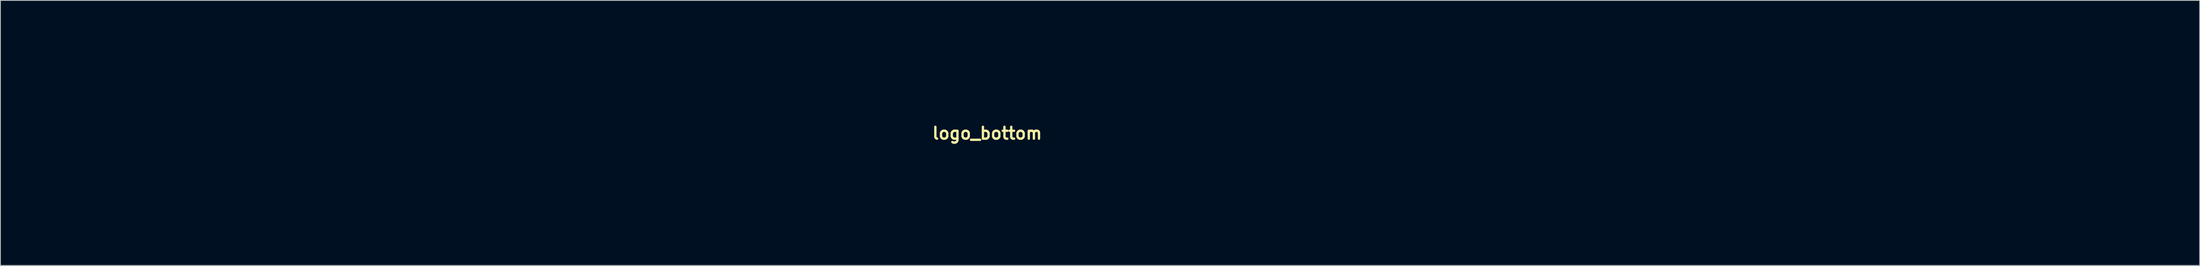
<source format=kicad_pcb>
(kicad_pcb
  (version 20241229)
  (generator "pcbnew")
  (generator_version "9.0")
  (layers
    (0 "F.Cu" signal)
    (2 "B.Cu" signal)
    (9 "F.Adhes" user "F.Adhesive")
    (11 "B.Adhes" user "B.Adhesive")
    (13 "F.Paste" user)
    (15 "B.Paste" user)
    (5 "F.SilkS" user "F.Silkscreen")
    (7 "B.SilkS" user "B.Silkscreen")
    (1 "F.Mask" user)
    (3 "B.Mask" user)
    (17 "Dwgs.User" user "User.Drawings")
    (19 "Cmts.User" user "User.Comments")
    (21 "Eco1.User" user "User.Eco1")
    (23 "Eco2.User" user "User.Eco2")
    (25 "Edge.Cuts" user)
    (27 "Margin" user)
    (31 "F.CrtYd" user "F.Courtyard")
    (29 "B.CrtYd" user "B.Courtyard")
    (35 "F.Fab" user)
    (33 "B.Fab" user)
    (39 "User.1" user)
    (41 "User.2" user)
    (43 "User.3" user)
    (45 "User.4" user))
  (footprint "logo_bottom"
    (layer "F.Cu")
    (at 123.449 14.071)
    (property "Reference" "logo_bottom" (at 0 0 180) (layer "F.SilkS") (effects (font (size 1.524 1.524) (thickness 0.3))))
    (attr through_hole)
    (fp_poly (pts (xy 131.445 1.651) (xy 124.714 1.651) (xy 124.714 -1.651) (xy 131.445 -1.651)) (stroke (width 0.1) (type solid)) (fill yes) (layer "F.Mask"))
    (fp_poly (pts (xy -51.435 -12.065) (xy -51.181 -3.549) (xy -46.866 -7.87) (xy -42.551 -12.192) (xy -39.881 -12.179) (xy -37.211 -12.165) (xy -49.657 0.012) (xy -43.434 6.09) (xy -37.211 12.168) (xy -39.881 12.18) (xy -42.551 12.192) (xy -46.866 7.87) (xy -51.181 3.549) (xy -51.308 7.807) (xy -51.435 12.065) (xy -53.276 12.14) (xy -55.118 12.214) (xy -55.118 -12.214) (xy -51.435 -12.065)) (stroke (width 0.01) (type solid)) (fill yes) (layer "F.Mask"))
    (fp_poly (pts (xy 0.254 -8.397) (xy -3.111 -8.326) (xy -6.477 -8.255) (xy -6.543 1.968) (xy -6.61 12.192) (xy -8.343 12.192) (xy -9.238 12.169) (xy -9.921 12.108) (xy -10.244 12.023) (xy -10.245 12.023) (xy -10.282 11.74) (xy -10.316 11.004) (xy -10.347 9.87) (xy -10.373 8.394) (xy -10.393 6.63) (xy -10.407 4.633) (xy -10.414 2.459) (xy -10.414 1.736) (xy -10.414 -8.382) (xy -16.764 -8.382) (xy -16.764 -12.192) (xy 0.254 -12.192) (xy 0.254 -8.397)) (stroke (width 0.01) (type solid)) (fill yes) (layer "F.Mask"))
    (fp_poly (pts (xy -21.844 -8.382) (xy -30.988 -8.382) (xy -30.988 -4.318) (xy -21.844 -4.318) (xy -21.844 -0.508) (xy -30.988 -0.508) (xy -30.988 8.119) (xy -24.701 8.187) (xy -18.415 8.255) (xy -18.415 12.065) (xy -26.434 12.132) (xy -28.404 12.143) (xy -30.209 12.143) (xy -31.787 12.133) (xy -33.076 12.113) (xy -34.013 12.084) (xy -34.537 12.048) (xy -34.625 12.026) (xy -34.66 11.745) (xy -34.692 11.006) (xy -34.722 9.86) (xy -34.747 8.357) (xy -34.769 6.547) (xy -34.785 4.481) (xy -34.795 2.21) (xy -34.798 -0.169) (xy -34.798 -12.192) (xy -21.844 -12.192) (xy -21.844 -8.382)) (stroke (width 0.01) (type solid)) (fill yes) (layer "F.Mask"))
    (fp_poly (pts (xy 43.117 -12.133) (xy 49.657 -12.065) (xy 49.732 -10.224) (xy 49.806 -8.382) (xy 45.096 -8.382) (xy 40.386 -8.382) (xy 40.386 -4.329) (xy 49.657 -4.191) (xy 49.732 -2.349) (xy 49.806 -0.508) (xy 40.386 -0.508) (xy 40.386 8.128) (xy 53.086 8.128) (xy 53.086 12.192) (xy 45 12.192) (xy 43.022 12.187) (xy 41.209 12.172) (xy 39.622 12.15) (xy 38.324 12.12) (xy 37.376 12.085) (xy 36.841 12.045) (xy 36.745 12.023) (xy 36.711 11.742) (xy 36.679 11.004) (xy 36.651 9.858) (xy 36.626 8.356) (xy 36.605 6.547) (xy 36.589 4.481) (xy 36.579 2.21) (xy 36.576 -0.174) (xy 36.576 -12.201) (xy 43.117 -12.133)) (stroke (width 0.01) (type solid)) (fill yes) (layer "F.Mask"))
    (fp_poly (pts (xy 113.475 -12.133) (xy 120.015 -12.065) (xy 120.09 -10.229) (xy 120.164 -8.394) (xy 115.518 -8.324) (xy 110.871 -8.255) (xy 110.797 -6.292) (xy 110.723 -4.33) (xy 115.369 -4.26) (xy 120.015 -4.191) (xy 120.09 -2.355) (xy 120.164 -0.52) (xy 115.518 -0.45) (xy 110.871 -0.381) (xy 110.801 3.873) (xy 110.732 8.128) (xy 123.444 8.128) (xy 123.444 12.192) (xy 115.358 12.192) (xy 113.38 12.187) (xy 111.567 12.172) (xy 109.98 12.15) (xy 108.682 12.12) (xy 107.734 12.085) (xy 107.199 12.045) (xy 107.103 12.023) (xy 107.069 11.742) (xy 107.037 11.004) (xy 107.009 9.858) (xy 106.984 8.356) (xy 106.963 6.547) (xy 106.947 4.481) (xy 106.937 2.21) (xy 106.934 -0.174) (xy 106.934 -12.201) (xy 113.475 -12.133)) (stroke (width 0.01) (type solid)) (fill yes) (layer "F.Mask"))
    (fp_poly (pts (xy -84.992 -4.556) (xy -83.863 -2.362) (xy -82.735 -0.168) (xy -81.645 1.952) (xy -80.63 3.925) (xy -79.727 5.68) (xy -78.975 7.145) (xy -78.409 8.246) (xy -78.311 8.438) (xy -77.704 9.645) (xy -77.203 10.688) (xy -76.845 11.488) (xy -76.666 11.963) (xy -76.658 12.057) (xy -76.959 12.121) (xy -77.635 12.168) (xy -78.553 12.191) (xy -78.784 12.192) (xy -80.776 12.192) (xy -82.661 8.382) (xy -96.663 8.382) (xy -98.548 12.192) (xy -100.582 12.192) (xy -101.653 12.17) (xy -102.294 12.094) (xy -102.581 11.953) (xy -102.616 11.848) (xy -102.506 11.563) (xy -102.188 10.865) (xy -101.684 9.797) (xy -101.013 8.401) (xy -100.196 6.719) (xy -99.254 4.792) (xy -98.977 4.231) (xy -94.742 4.231) (xy -94.501 4.257) (xy -93.829 4.281) (xy -92.802 4.3) (xy -91.498 4.313) (xy -89.994 4.318) (xy -89.772 4.318) (xy -88.069 4.317) (xy -86.811 4.307) (xy -85.932 4.284) (xy -85.37 4.238) (xy -85.059 4.164) (xy -84.936 4.054) (xy -84.937 3.901) (xy -84.97 3.789) (xy -85.128 3.407) (xy -85.472 2.645) (xy -85.966 1.581) (xy -86.574 0.293) (xy -87.26 -1.142) (xy -87.424 -1.481) (xy -89.71 -6.223) (xy -92.226 -1.04) (xy -92.948 0.45) (xy -93.588 1.78) (xy -94.117 2.885) (xy -94.502 3.698) (xy -94.712 4.155) (xy -94.742 4.231) (xy -98.977 4.231) (xy -98.206 2.663) (xy -97.073 0.374) (xy -96.25 -1.281) (xy -89.885 -14.066) (xy -84.992 -4.556)) (stroke (width 0.01) (type solid)) (fill yes) (layer "F.Mask"))
    (fp_poly (pts (xy 66.802 -13.679) (xy 67.143 -13.031) (xy 67.664 -12.031) (xy 68.34 -10.726) (xy 69.146 -9.167) (xy 70.057 -7.403) (xy 71.046 -5.481) (xy 72.09 -3.452) (xy 73.163 -1.364) (xy 74.241 0.735) (xy 75.297 2.794) (xy 76.307 4.766) (xy 77.245 6.601) (xy 78.087 8.25) (xy 78.808 9.664) (xy 79.382 10.795) (xy 79.784 11.594) (xy 79.989 12.011) (xy 80.01 12.061) (xy 79.775 12.12) (xy 79.15 12.165) (xy 78.249 12.19) (xy 77.849 12.192) (xy 75.688 12.192) (xy 73.803 8.382) (xy 59.801 8.382) (xy 57.916 12.192) (xy 55.882 12.192) (xy 54.938 12.167) (xy 54.227 12.101) (xy 53.869 12.007) (xy 53.848 11.976) (xy 53.956 11.713) (xy 54.265 11.049) (xy 54.751 10.034) (xy 55.388 8.717) (xy 56.152 7.148) (xy 57.02 5.375) (xy 57.54 4.318) (xy 61.739 4.318) (xy 71.859 4.318) (xy 69.686 -0.191) (xy 68.997 -1.627) (xy 68.372 -2.948) (xy 67.849 -4.07) (xy 67.467 -4.908) (xy 67.266 -5.38) (xy 67.259 -5.397) (xy 67.029 -5.895) (xy 66.841 -6.094) (xy 66.741 -5.996) (xy 66.549 -5.682) (xy 66.247 -5.114) (xy 65.817 -4.256) (xy 65.24 -3.07) (xy 64.498 -1.522) (xy 63.574 0.427) (xy 62.846 1.968) (xy 61.739 4.318) (xy 57.54 4.318) (xy 57.967 3.448) (xy 58.969 1.415) (xy 60.001 -0.674) (xy 61.038 -2.77) (xy 62.058 -4.824) (xy 63.035 -6.786) (xy 63.945 -8.608) (xy 64.764 -10.241) (xy 65.467 -11.635) (xy 66.03 -12.74) (xy 66.429 -13.509) (xy 66.639 -13.892) (xy 66.665 -13.926) (xy 66.802 -13.679)) (stroke (width 0.01) (type solid)) (fill yes) (layer "F.Mask"))
    (fp_poly (pts (xy 82.026 -12.171) (xy 82.854 -12.098) (xy 83.478 -11.993) (xy 83.745 -11.875) (xy 83.906 -11.58) (xy 84.26 -10.88) (xy 84.781 -9.825) (xy 85.443 -8.47) (xy 86.221 -6.866) (xy 87.089 -5.066) (xy 88.021 -3.122) (xy 88.118 -2.921) (xy 89.052 -0.973) (xy 89.921 0.832) (xy 90.7 2.441) (xy 91.364 3.802) (xy 91.888 4.866) (xy 92.247 5.579) (xy 92.416 5.891) (xy 92.422 5.899) (xy 92.569 5.72) (xy 92.915 5.132) (xy 93.437 4.183) (xy 94.109 2.918) (xy 94.907 1.386) (xy 95.805 -0.368) (xy 96.779 -2.297) (xy 97.158 -3.055) (xy 101.721 -12.192) (xy 103.711 -12.192) (xy 104.769 -12.168) (xy 105.382 -12.091) (xy 105.615 -11.949) (xy 105.616 -11.875) (xy 105.491 -11.596) (xy 105.163 -10.919) (xy 104.659 -9.892) (xy 104.002 -8.566) (xy 103.218 -6.988) (xy 102.331 -5.209) (xy 101.366 -3.278) (xy 100.347 -1.243) (xy 99.3 0.845) (xy 98.249 2.938) (xy 97.219 4.987) (xy 96.234 6.942) (xy 95.319 8.754) (xy 94.499 10.373) (xy 93.799 11.751) (xy 93.243 12.839) (xy 92.856 13.586) (xy 92.663 13.944) (xy 92.646 13.969) (xy 92.523 13.748) (xy 92.191 13.115) (xy 91.672 12.109) (xy 90.985 10.77) (xy 90.151 9.138) (xy 89.19 7.254) (xy 88.124 5.158) (xy 86.973 2.89) (xy 86.043 1.055) (xy 84.84 -1.323) (xy 83.708 -3.565) (xy 82.669 -5.629) (xy 81.742 -7.477) (xy 80.948 -9.066) (xy 80.307 -10.355) (xy 79.84 -11.304) (xy 79.567 -11.873) (xy 79.502 -12.025) (xy 79.731 -12.137) (xy 80.322 -12.195) (xy 81.134 -12.205) (xy 82.026 -12.171)) (stroke (width 0.01) (type solid)) (fill yes) (layer "F.Mask"))
    (fp_poly (pts (xy -60.96 -8.431) (xy -65.514 -8.343) (xy -67.163 -8.307) (xy -68.385 -8.264) (xy -69.26 -8.205) (xy -69.869 -8.121) (xy -70.292 -8.003) (xy -70.61 -7.842) (xy -70.768 -7.732) (xy -71.486 -6.906) (xy -71.81 -5.874) (xy -71.733 -4.76) (xy -71.249 -3.685) (xy -71.01 -3.373) (xy -70.753 -3.097) (xy -70.476 -2.901) (xy -70.088 -2.767) (xy -69.495 -2.676) (xy -68.605 -2.608) (xy -67.325 -2.545) (xy -66.893 -2.526) (xy -64.893 -2.401) (xy -63.309 -2.207) (xy -62.056 -1.917) (xy -61.043 -1.506) (xy -60.182 -0.947) (xy -59.535 -0.367) (xy -58.53 0.945) (xy -57.922 2.495) (xy -57.696 4.329) (xy -57.732 5.504) (xy -58.058 7.412) (xy -58.738 8.968) (xy -59.797 10.206) (xy -61.263 11.164) (xy -62.23 11.576) (xy -62.873 11.727) (xy -63.873 11.861) (xy -65.147 11.975) (xy -66.612 12.068) (xy -68.186 12.136) (xy -69.785 12.179) (xy -71.326 12.194) (xy -72.726 12.18) (xy -73.903 12.134) (xy -74.773 12.054) (xy -75.254 11.94) (xy -75.319 11.882) (xy -75.384 11.44) (xy -75.406 10.671) (xy -75.388 9.879) (xy -75.311 8.255) (xy -69.342 8.128) (xy -67.141 8.07) (xy -65.418 8) (xy -64.145 7.914) (xy -63.293 7.812) (xy -62.833 7.691) (xy -62.804 7.676) (xy -62.086 6.985) (xy -61.628 5.924) (xy -61.468 4.589) (xy -61.533 3.683) (xy -61.782 3.03) (xy -62.166 2.531) (xy -62.73 2.03) (xy -63.439 1.676) (xy -64.382 1.446) (xy -65.647 1.32) (xy -67.322 1.277) (xy -67.454 1.276) (xy -69.372 1.204) (xy -70.894 0.979) (xy -72.116 0.573) (xy -73.135 -0.043) (xy -73.762 -0.597) (xy -74.667 -1.759) (xy -75.234 -3.137) (xy -75.491 -4.817) (xy -75.512 -5.853) (xy -75.311 -7.681) (xy -74.755 -9.163) (xy -73.818 -10.341) (xy -72.476 -11.253) (xy -72.043 -11.458) (xy -71.536 -11.661) (xy -71.012 -11.814) (xy -70.384 -11.926) (xy -69.565 -12.007) (xy -68.468 -12.066) (xy -67.005 -12.113) (xy -65.85 -12.142) (xy -60.96 -12.252) (xy -60.96 -8.431)) (stroke (width 0.01) (type solid)) (fill yes) (layer "F.Mask"))
    (fp_poly (pts (xy 149.108 -8.558) (xy 144.554 -8.47) (xy 142.905 -8.434) (xy 141.683 -8.391) (xy 140.808 -8.332) (xy 140.199 -8.248) (xy 139.776 -8.13) (xy 139.458 -7.969) (xy 139.3 -7.859) (xy 138.582 -7.033) (xy 138.258 -6.001) (xy 138.335 -4.887) (xy 138.819 -3.812) (xy 139.058 -3.5) (xy 139.315 -3.224) (xy 139.592 -3.028) (xy 139.98 -2.894) (xy 140.573 -2.803) (xy 141.463 -2.735) (xy 142.743 -2.672) (xy 143.175 -2.653) (xy 145.175 -2.528) (xy 146.759 -2.334) (xy 148.012 -2.044) (xy 149.025 -1.633) (xy 149.886 -1.074) (xy 150.533 -0.494) (xy 151.538 0.818) (xy 152.146 2.368) (xy 152.372 4.202) (xy 152.336 5.377) (xy 152.01 7.285) (xy 151.33 8.841) (xy 150.271 10.079) (xy 148.805 11.037) (xy 147.838 11.449) (xy 147.195 11.6) (xy 146.195 11.734) (xy 144.921 11.848) (xy 143.456 11.941) (xy 141.882 12.009) (xy 140.283 12.052) (xy 138.742 12.067) (xy 137.342 12.053) (xy 136.165 12.007) (xy 135.295 11.927) (xy 134.814 11.813) (xy 134.749 11.755) (xy 134.684 11.313) (xy 134.662 10.544) (xy 134.68 9.752) (xy 134.757 8.128) (xy 140.726 8.001) (xy 142.927 7.943) (xy 144.65 7.873) (xy 145.923 7.787) (xy 146.775 7.685) (xy 147.235 7.564) (xy 147.264 7.549) (xy 147.982 6.858) (xy 148.44 5.797) (xy 148.6 4.462) (xy 148.535 3.556) (xy 148.286 2.903) (xy 147.901 2.404) (xy 147.338 1.903) (xy 146.629 1.549) (xy 145.686 1.319) (xy 144.421 1.193) (xy 142.746 1.15) (xy 142.614 1.149) (xy 140.696 1.077) (xy 139.174 0.852) (xy 137.952 0.446) (xy 136.933 -0.17) (xy 136.306 -0.724) (xy 135.401 -1.886) (xy 134.834 -3.264) (xy 134.577 -4.944) (xy 134.556 -5.98) (xy 134.757 -7.808) (xy 135.313 -9.29) (xy 136.25 -10.468) (xy 137.592 -11.38) (xy 138.025 -11.585) (xy 138.532 -11.788) (xy 139.056 -11.941) (xy 139.684 -12.053) (xy 140.503 -12.134) (xy 141.6 -12.193) (xy 143.063 -12.24) (xy 144.218 -12.269) (xy 149.108 -12.379) (xy 149.108 -8.558)) (stroke (width 0.01) (type solid)) (fill yes) (layer "F.Mask"))
    (fp_poly (pts (xy -116.65 -12.127) (xy -114.386 -12.085) (xy -112.568 -12.033) (xy -111.13 -11.96) (xy -110.01 -11.858) (xy -109.144 -11.715) (xy -108.468 -11.521) (xy -107.919 -11.266) (xy -107.434 -10.941) (xy -107.016 -10.595) (xy -106.122 -9.596) (xy -105.606 -8.448) (xy -105.414 -7.02) (xy -105.41 -6.722) (xy -105.486 -5.548) (xy -105.767 -4.654) (xy -106.331 -3.827) (xy -106.608 -3.517) (xy -107.236 -2.843) (xy -106.687 -2.669) (xy -105.912 -2.248) (xy -105.061 -1.517) (xy -104.284 -0.621) (xy -103.824 0.103) (xy -103.507 0.897) (xy -103.303 1.902) (xy -103.185 3.255) (xy -103.175 3.456) (xy -103.18 5.421) (xy -103.417 7.018) (xy -103.916 8.344) (xy -104.708 9.499) (xy -105.117 9.939) (xy -105.688 10.479) (xy -106.246 10.917) (xy -106.854 11.264) (xy -107.571 11.531) (xy -108.461 11.732) (xy -109.582 11.878) (xy -110.997 11.98) (xy -112.766 12.052) (xy -114.95 12.104) (xy -116.269 12.128) (xy -123.444 12.249) (xy -123.444 8.128) (xy -119.634 8.128) (xy -114.656 8.128) (xy -112.859 8.121) (xy -111.493 8.097) (xy -110.482 8.05) (xy -109.749 7.975) (xy -109.218 7.865) (xy -108.81 7.716) (xy -108.782 7.703) (xy -107.918 7.032) (xy -107.324 6.045) (xy -107.001 4.854) (xy -106.951 3.575) (xy -107.175 2.322) (xy -107.676 1.208) (xy -108.455 0.349) (xy -108.671 0.201) (xy -109.021 0.004) (xy -109.398 -0.145) (xy -109.881 -0.253) (xy -110.548 -0.33) (xy -111.479 -0.386) (xy -112.754 -0.428) (xy -114.45 -0.465) (xy -114.614 -0.469) (xy -119.634 -0.567) (xy -119.634 8.128) (xy -123.444 8.128) (xy -123.444 -8.382) (xy -119.634 -8.382) (xy -119.634 -4.318) (xy -114.935 -4.318) (xy -113.27 -4.322) (xy -112.037 -4.337) (xy -111.16 -4.372) (xy -110.563 -4.434) (xy -110.172 -4.53) (xy -109.909 -4.668) (xy -109.728 -4.826) (xy -109.333 -5.536) (xy -109.23 -6.442) (xy -109.444 -7.309) (xy -109.469 -7.356) (xy -109.765 -7.713) (xy -110.263 -7.982) (xy -111.022 -8.173) (xy -112.105 -8.296) (xy -113.572 -8.362) (xy -115.481 -8.382) (xy -119.634 -8.382) (xy -123.444 -8.382) (xy -123.444 -12.235) (xy -116.65 -12.127)) (stroke (width 0.01) (type solid)) (fill yes) (layer "F.Mask"))
    (fp_poly (pts (xy 3.762 -12.149) (xy 4.411 -12.04) (xy 4.742 -11.877) (xy 4.743 -11.874) (xy 4.895 -11.58) (xy 5.241 -10.881) (xy 5.756 -9.827) (xy 6.414 -8.473) (xy 7.189 -6.871) (xy 8.056 -5.073) (xy 8.99 -3.131) (xy 9.091 -2.921) (xy 10.029 -0.973) (xy 10.902 0.831) (xy 11.686 2.44) (xy 12.355 3.803) (xy 12.883 4.867) (xy 13.246 5.582) (xy 13.418 5.896) (xy 13.424 5.904) (xy 13.603 5.769) (xy 13.945 5.258) (xy 14.399 4.456) (xy 14.834 3.607) (xy 16.057 1.122) (xy 12.854 -5.279) (xy 12.025 -6.946) (xy 11.275 -8.469) (xy 10.634 -9.788) (xy 10.131 -10.844) (xy 9.795 -11.575) (xy 9.654 -11.921) (xy 9.652 -11.936) (xy 9.89 -12.065) (xy 10.541 -12.154) (xy 11.51 -12.192) (xy 11.645 -12.192) (xy 13.637 -12.192) (xy 15.756 -7.617) (xy 16.411 -6.234) (xy 17.002 -5.037) (xy 17.497 -4.095) (xy 17.859 -3.471) (xy 18.054 -3.232) (xy 18.069 -3.236) (xy 18.232 -3.518) (xy 18.57 -4.186) (xy 19.045 -5.165) (xy 19.621 -6.378) (xy 20.26 -7.747) (xy 22.258 -12.065) (xy 24.337 -12.139) (xy 25.292 -12.157) (xy 26.016 -12.141) (xy 26.39 -12.094) (xy 26.416 -12.072) (xy 26.309 -11.817) (xy 26.006 -11.163) (xy 25.536 -10.17) (xy 24.926 -8.896) (xy 24.204 -7.398) (xy 23.398 -5.736) (xy 23.192 -5.314) (xy 19.969 1.305) (xy 21.199 3.764) (xy 22.43 6.223) (xy 26.95 -2.985) (xy 31.47 -12.192) (xy 33.515 -12.192) (xy 34.462 -12.178) (xy 35.176 -12.139) (xy 35.538 -12.084) (xy 35.56 -12.066) (xy 35.45 -11.807) (xy 35.136 -11.147) (xy 34.643 -10.135) (xy 33.996 -8.822) (xy 33.219 -7.255) (xy 32.338 -5.485) (xy 31.376 -3.56) (xy 30.36 -1.531) (xy 29.314 0.554) (xy 28.262 2.646) (xy 27.229 4.695) (xy 26.24 6.651) (xy 25.32 8.466) (xy 24.494 10.089) (xy 23.787 11.473) (xy 23.222 12.567) (xy 22.826 13.322) (xy 22.622 13.688) (xy 22.601 13.716) (xy 22.452 13.5) (xy 22.116 12.897) (xy 21.63 11.979) (xy 21.032 10.816) (xy 20.359 9.476) (xy 20.32 9.398) (xy 19.644 8.051) (xy 19.041 6.877) (xy 18.548 5.944) (xy 18.203 5.322) (xy 18.043 5.084) (xy 18.04 5.083) (xy 17.895 5.302) (xy 17.573 5.911) (xy 17.108 6.836) (xy 16.539 8.007) (xy 15.906 9.337) (xy 15.263 10.694) (xy 14.689 11.891) (xy 14.22 12.853) (xy 13.893 13.504) (xy 13.747 13.767) (xy 13.606 13.58) (xy 13.258 12.979) (xy 12.723 12.005) (xy 12.023 10.695) (xy 11.178 9.092) (xy 10.21 7.233) (xy 9.139 5.159) (xy 7.986 2.91) (xy 7.112 1.194) (xy 5.911 -1.174) (xy 4.779 -3.409) (xy 3.738 -5.472) (xy 2.808 -7.319) (xy 2.01 -8.91) (xy 1.365 -10.202) (xy 0.894 -11.155) (xy 0.619 -11.725) (xy 0.553 -11.875) (xy 0.733 -12.039) (xy 1.281 -12.148) (xy 2.06 -12.203) (xy 2.933 -12.203) (xy 3.762 -12.149)) (stroke (width 0.01) (type solid)) (fill yes) (layer "F.Mask")))
  (gr_rect
    (start -3 -3)
    (end 278.826 31.044)
    (stroke (width 0.1) (type default))
    (fill no)
    (layer "Edge.Cuts")))
</source>
